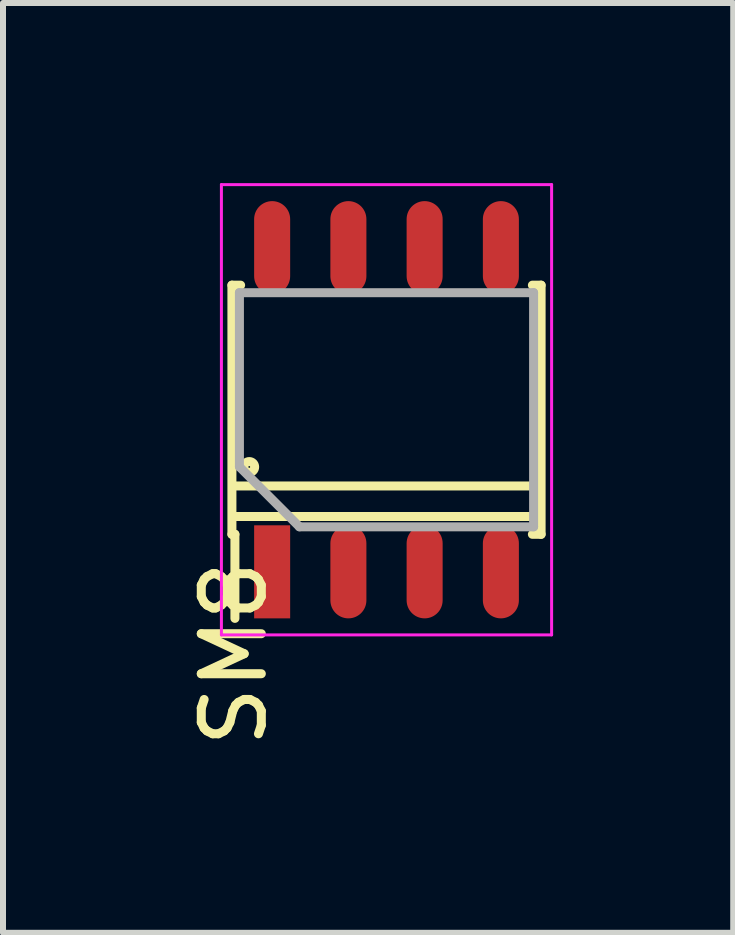
<source format=kicad_pcb>
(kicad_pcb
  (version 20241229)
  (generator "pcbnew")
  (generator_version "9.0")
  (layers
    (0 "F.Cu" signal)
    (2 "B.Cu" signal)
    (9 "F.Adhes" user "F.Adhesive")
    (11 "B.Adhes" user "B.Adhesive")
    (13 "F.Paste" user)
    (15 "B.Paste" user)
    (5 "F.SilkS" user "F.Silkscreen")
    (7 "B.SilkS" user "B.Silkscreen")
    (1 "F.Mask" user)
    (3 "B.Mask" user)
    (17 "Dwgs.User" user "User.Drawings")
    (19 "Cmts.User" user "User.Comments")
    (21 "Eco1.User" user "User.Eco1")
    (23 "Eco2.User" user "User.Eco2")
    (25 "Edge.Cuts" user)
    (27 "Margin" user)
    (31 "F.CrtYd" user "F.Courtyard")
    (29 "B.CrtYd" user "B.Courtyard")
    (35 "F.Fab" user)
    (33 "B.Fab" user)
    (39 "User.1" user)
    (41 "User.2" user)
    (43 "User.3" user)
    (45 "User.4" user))
  (footprint "SM8"
    (layer "F.Cu")
    (at 3.388 3.775)
    (property "Reference" "SM8" (at -2.54 4.064 270) (layer "F.SilkS") (effects (font (size 1 1) (thickness 0.15))))
    (attr smd)
    (fp_line (start -2.575 -2.075) (end -2.43 -2.075) (stroke (width 0.15) (type solid)) (layer "F.SilkS"))
    (fp_line (start -2.575 2.075) (end -2.575 -2.075) (stroke (width 0.15) (type solid)) (layer "F.SilkS"))
    (fp_line (start -2.575 2.075) (end -2.525 2.075) (stroke (width 0.15) (type solid)) (layer "F.SilkS"))
    (fp_line (start -2.54 1.27) (end 2.54 1.27) (stroke (width 0.15) (type solid)) (layer "F.SilkS"))
    (fp_line (start -2.525 2.075) (end -2.525 3.475) (stroke (width 0.15) (type solid)) (layer "F.SilkS"))
    (fp_line (start 2.54 1.778) (end -2.54 1.778) (stroke (width 0.15) (type solid)) (layer "F.SilkS"))
    (fp_line (start 2.575 -2.075) (end 2.43 -2.075) (stroke (width 0.15) (type solid)) (layer "F.SilkS"))
    (fp_line (start 2.575 2.075) (end 2.43 2.075) (stroke (width 0.15) (type solid)) (layer "F.SilkS"))
    (fp_line (start 2.575 2.075) (end 2.575 -2.075) (stroke (width 0.15) (type solid)) (layer "F.SilkS"))
    (fp_circle (center -2.286 0.953) (end -2.223 0.889) (stroke (width 0.15) (type solid)) (fill no) (layer "F.SilkS"))
    (fp_line (start -2.75 -3.75) (end 2.75 -3.75) (stroke (width 0.05) (type solid)) (layer "F.CrtYd"))
    (fp_line (start -2.75 3.75) (end -2.75 -3.75) (stroke (width 0.05) (type solid)) (layer "F.CrtYd"))
    (fp_line (start -2.75 3.75) (end 2.75 3.75) (stroke (width 0.05) (type solid)) (layer "F.CrtYd"))
    (fp_line (start 2.75 3.75) (end 2.75 -3.75) (stroke (width 0.05) (type solid)) (layer "F.CrtYd"))
    (fp_line (start -2.45 -1.95) (end 2.45 -1.95) (stroke (width 0.15) (type solid)) (layer "F.Fab"))
    (fp_line (start -2.45 0.95) (end -2.45 -1.95) (stroke (width 0.15) (type solid)) (layer "F.Fab"))
    (fp_line (start -1.45 1.95) (end -2.45 0.95) (stroke (width 0.15) (type solid)) (layer "F.Fab"))
    (fp_line (start 2.45 -1.95) (end 2.45 1.95) (stroke (width 0.15) (type solid)) (layer "F.Fab"))
    (fp_line (start 2.45 1.95) (end -1.45 1.95) (stroke (width 0.15) (type solid)) (layer "F.Fab"))
    (pad "1" smd rect (at -1.905 2.7 90) (size 1.55 0.6) (layers "F.Cu" "F.Mask" "F.Paste"))
    (pad "2" smd oval (at -0.635 2.7 90) (size 1.55 0.6) (layers "F.Cu" "F.Mask" "F.Paste"))
    (pad "3" smd oval (at 0.635 2.7 90) (size 1.55 0.6) (layers "F.Cu" "F.Mask" "F.Paste"))
    (pad "4" smd oval (at 1.905 2.7 90) (size 1.55 0.6) (layers "F.Cu" "F.Mask" "F.Paste"))
    (pad "5" smd oval (at 1.905 -2.7 90) (size 1.55 0.6) (layers "F.Cu" "F.Mask" "F.Paste"))
    (pad "6" smd oval (at 0.635 -2.7 90) (size 1.55 0.6) (layers "F.Cu" "F.Mask" "F.Paste"))
    (pad "7" smd oval (at -0.635 -2.7 90) (size 1.55 0.6) (layers "F.Cu" "F.Mask" "F.Paste"))
    (pad "8" smd oval (at -1.905 -2.7 90) (size 1.55 0.6) (layers "F.Cu" "F.Mask" "F.Paste")))
  (gr_rect
    (start -3 -3)
    (end 9.163 12.488)
    (stroke (width 0.1) (type default))
    (fill no)
    (layer "Edge.Cuts")))
</source>
